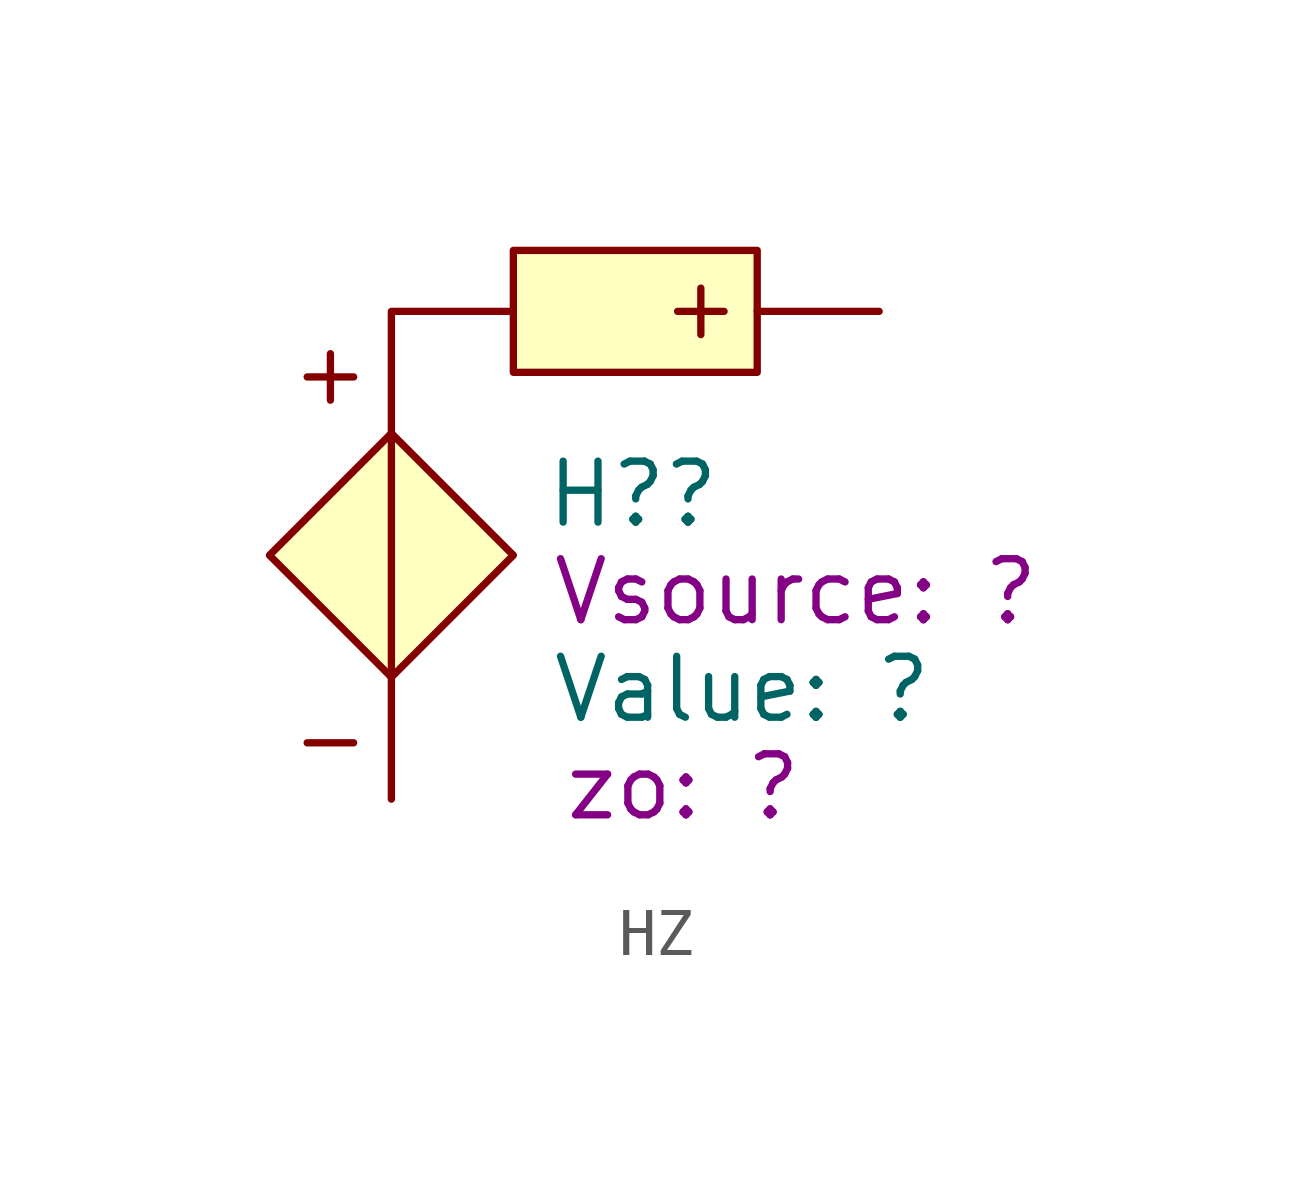
<source format=kicad_sym>
(kicad_symbol_lib
  (version 20241209)
  (generator "kicad_symbol_editor")
  (generator_version "9.0")
  (symbol "HZ"
    (pin_numbers
      (hide yes))
    (pin_names
      (offset 0)
      (hide yes))
    (property "Reference" "H?"
      (at 3.175 1.27 0)
      (effects (font (size 1.27 1.27)) (justify left)))
    (property "Value" "?"
      (at 3.302 -2.794 0)
      (show_name)
      (effects (font (size 1.27 1.27)) (justify left)))
    (property "zo" "?"
      (at 3.556 -4.826 0)
      (show_name)
      (effects (font (size 1.27 1.27)) (justify left)))
    (property "Vsource" "?"
      (at 3.302 -0.762 0)
      (show_name)
      (effects (font (size 1.27 1.27)) (justify left)))
    (symbol "HZ_0_0"
      (text "+" (at -1.27 3.81 0) (effects (font (size 1.27 1.27))))
      (text "-" (at -1.27 -3.81 0) (effects (font (size 1.27 1.27))))
      (text "+" (at 6.35 5.08 900) (effects (font (size 1.27 1.27)))))
    (symbol "HZ_0_1"
      (polyline (pts (xy 0 2.54) (xy 0 -2.54)) (stroke (width 0) (type solid)) (fill (type none)))
      (polyline (pts (xy 0 2.54) (xy 0 5.08) (xy 2.54 5.08)) (stroke (width 0) (type default)) (fill (type none))))
    (symbol "HZ_1_0"
      (pin power_out line (at 0 -5.08 90) (length 2.54) (name "outN" (effects (font (size 1.27 1.27)))) (number "2" (effects (font (size 1.27 1.27)))))
      (pin power_out line (at 10.16 5.08 180) (length 2.54) (name "outP" (effects (font (size 1.27 1.27)))) (number "1" (effects (font (size 1.27 1.27))))))
    (symbol "HZ_1_1"
      (polyline (pts (xy 0 2.54) (xy -2.54 0) (xy 0 -2.54) (xy 2.54 0) (xy 0 2.54)) (stroke (width 0) (type default)) (fill (type background)))
      (rectangle (start 2.54 6.35) (end 7.62 3.81) (stroke (width 0) (type solid)) (fill (type background))))))
</source>
